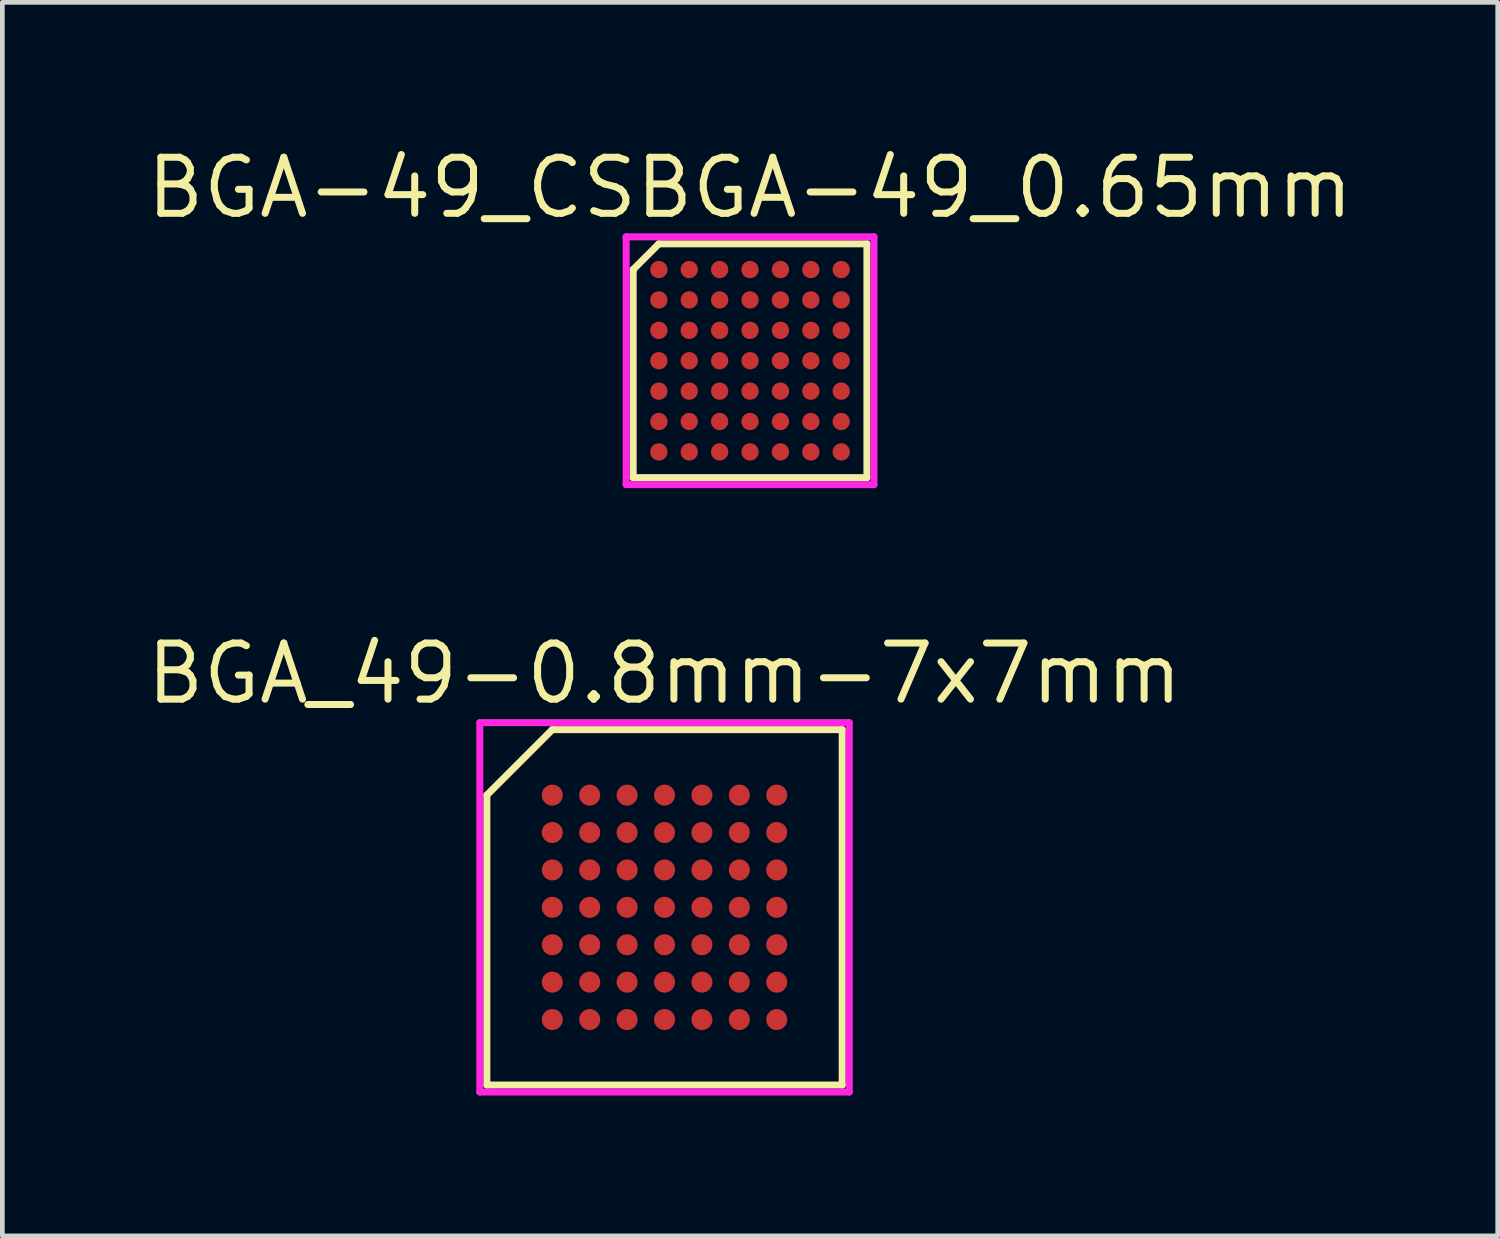
<source format=kicad_pcb>
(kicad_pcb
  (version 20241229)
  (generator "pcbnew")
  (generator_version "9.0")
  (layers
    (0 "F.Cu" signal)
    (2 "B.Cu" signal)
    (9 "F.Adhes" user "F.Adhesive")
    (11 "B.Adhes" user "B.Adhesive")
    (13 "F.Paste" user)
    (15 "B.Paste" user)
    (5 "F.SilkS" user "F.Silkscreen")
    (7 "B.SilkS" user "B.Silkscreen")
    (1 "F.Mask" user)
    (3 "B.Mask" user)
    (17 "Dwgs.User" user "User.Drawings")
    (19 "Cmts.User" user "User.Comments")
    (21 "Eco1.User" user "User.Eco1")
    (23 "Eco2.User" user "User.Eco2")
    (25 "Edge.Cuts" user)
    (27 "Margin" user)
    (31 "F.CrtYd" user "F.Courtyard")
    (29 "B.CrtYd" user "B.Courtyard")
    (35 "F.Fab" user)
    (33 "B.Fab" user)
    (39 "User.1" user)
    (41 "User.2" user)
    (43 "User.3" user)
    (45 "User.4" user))
  (footprint "BGA_49-0.8mm-7x7mm"
    (layer "F.Cu")
    (at 11.162 16.355)
    (property "Reference" "BGA_49-0.8mm-7x7mm" (at 0 -5 0) (layer "F.SilkS") (effects (font (size 1.2 1.2) (thickness 0.15))))
    (attr through_hole)
    (fp_line (start -3.8 -2.4) (end -3.8 3.8) (stroke (width 0.15) (type solid)) (layer "F.SilkS"))
    (fp_line (start -3.8 3.8) (end 3.8 3.8) (stroke (width 0.15) (type solid)) (layer "F.SilkS"))
    (fp_line (start -2.4 -3.8) (end -3.8 -2.4) (stroke (width 0.15) (type solid)) (layer "F.SilkS"))
    (fp_line (start 3.8 -3.8) (end -2.4 -3.8) (stroke (width 0.15) (type solid)) (layer "F.SilkS"))
    (fp_line (start 3.8 3.8) (end 3.8 -3.8) (stroke (width 0.15) (type solid)) (layer "F.SilkS"))
    (fp_line (start -3.95 -3.95) (end 3.95 -3.95) (stroke (width 0.15) (type solid)) (layer "F.CrtYd"))
    (fp_line (start -3.95 3.95) (end -3.95 -3.95) (stroke (width 0.15) (type solid)) (layer "F.CrtYd"))
    (fp_line (start 3.95 -3.95) (end 3.95 3.95) (stroke (width 0.15) (type solid)) (layer "F.CrtYd"))
    (fp_line (start 3.95 3.95) (end -3.95 3.95) (stroke (width 0.15) (type solid)) (layer "F.CrtYd"))
    (pad "A1" smd circle (at -2.4 -2.4) (size 0.45 0.45) (layers "F.Cu" "F.Mask" "F.Paste"))
    (pad "A2" smd circle (at -1.6 -2.4) (size 0.45 0.45) (layers "F.Cu" "F.Mask" "F.Paste"))
    (pad "A3" smd circle (at -0.8 -2.4) (size 0.45 0.45) (layers "F.Cu" "F.Mask" "F.Paste"))
    (pad "A4" smd circle (at 0 -2.4) (size 0.45 0.45) (layers "F.Cu" "F.Mask" "F.Paste"))
    (pad "A5" smd circle (at 0.8 -2.4) (size 0.45 0.45) (layers "F.Cu" "F.Mask" "F.Paste"))
    (pad "A6" smd circle (at 1.6 -2.4) (size 0.45 0.45) (layers "F.Cu" "F.Mask" "F.Paste"))
    (pad "A7" smd circle (at 2.4 -2.4) (size 0.45 0.45) (layers "F.Cu" "F.Mask" "F.Paste"))
    (pad "B1" smd circle (at -2.4 -1.6) (size 0.45 0.45) (layers "F.Cu" "F.Mask" "F.Paste"))
    (pad "B2" smd circle (at -1.6 -1.6) (size 0.45 0.45) (layers "F.Cu" "F.Mask" "F.Paste"))
    (pad "B3" smd circle (at -0.8 -1.6) (size 0.45 0.45) (layers "F.Cu" "F.Mask" "F.Paste"))
    (pad "B4" smd circle (at 0 -1.6) (size 0.45 0.45) (layers "F.Cu" "F.Mask" "F.Paste"))
    (pad "B5" smd circle (at 0.8 -1.6) (size 0.45 0.45) (layers "F.Cu" "F.Mask" "F.Paste"))
    (pad "B6" smd circle (at 1.6 -1.6) (size 0.45 0.45) (layers "F.Cu" "F.Mask" "F.Paste"))
    (pad "B7" smd circle (at 2.4 -1.6) (size 0.45 0.45) (layers "F.Cu" "F.Mask" "F.Paste"))
    (pad "C1" smd circle (at -2.4 -0.8) (size 0.45 0.45) (layers "F.Cu" "F.Mask" "F.Paste"))
    (pad "C2" smd circle (at -1.6 -0.8) (size 0.45 0.45) (layers "F.Cu" "F.Mask" "F.Paste"))
    (pad "C3" smd circle (at -0.8 -0.8) (size 0.45 0.45) (layers "F.Cu" "F.Mask" "F.Paste"))
    (pad "C4" smd circle (at 0 -0.8) (size 0.45 0.45) (layers "F.Cu" "F.Mask" "F.Paste"))
    (pad "C5" smd circle (at 0.8 -0.8) (size 0.45 0.45) (layers "F.Cu" "F.Mask" "F.Paste"))
    (pad "C6" smd circle (at 1.6 -0.8) (size 0.45 0.45) (layers "F.Cu" "F.Mask" "F.Paste"))
    (pad "C7" smd circle (at 2.4 -0.8) (size 0.45 0.45) (layers "F.Cu" "F.Mask" "F.Paste"))
    (pad "D1" smd circle (at -2.4 0) (size 0.45 0.45) (layers "F.Cu" "F.Mask" "F.Paste"))
    (pad "D2" smd circle (at -1.6 0) (size 0.45 0.45) (layers "F.Cu" "F.Mask" "F.Paste"))
    (pad "D3" smd circle (at -0.8 0) (size 0.45 0.45) (layers "F.Cu" "F.Mask" "F.Paste"))
    (pad "D4" smd circle (at 0 0) (size 0.45 0.45) (layers "F.Cu" "F.Mask" "F.Paste"))
    (pad "D5" smd circle (at 0.8 0) (size 0.45 0.45) (layers "F.Cu" "F.Mask" "F.Paste"))
    (pad "D6" smd circle (at 1.6 0) (size 0.45 0.45) (layers "F.Cu" "F.Mask" "F.Paste"))
    (pad "D7" smd circle (at 2.4 0) (size 0.45 0.45) (layers "F.Cu" "F.Mask" "F.Paste"))
    (pad "E1" smd circle (at -2.4 0.8) (size 0.45 0.45) (layers "F.Cu" "F.Mask" "F.Paste"))
    (pad "E2" smd circle (at -1.6 0.8) (size 0.45 0.45) (layers "F.Cu" "F.Mask" "F.Paste"))
    (pad "E3" smd circle (at -0.8 0.8) (size 0.45 0.45) (layers "F.Cu" "F.Mask" "F.Paste"))
    (pad "E4" smd circle (at 0 0.8) (size 0.45 0.45) (layers "F.Cu" "F.Mask" "F.Paste"))
    (pad "E5" smd circle (at 0.8 0.8) (size 0.45 0.45) (layers "F.Cu" "F.Mask" "F.Paste"))
    (pad "E6" smd circle (at 1.6 0.8) (size 0.45 0.45) (layers "F.Cu" "F.Mask" "F.Paste"))
    (pad "E7" smd circle (at 2.4 0.8) (size 0.45 0.45) (layers "F.Cu" "F.Mask" "F.Paste"))
    (pad "F1" smd circle (at -2.4 1.6) (size 0.45 0.45) (layers "F.Cu" "F.Mask" "F.Paste"))
    (pad "F2" smd circle (at -1.6 1.6) (size 0.45 0.45) (layers "F.Cu" "F.Mask" "F.Paste"))
    (pad "F3" smd circle (at -0.8 1.6) (size 0.45 0.45) (layers "F.Cu" "F.Mask" "F.Paste"))
    (pad "F4" smd circle (at 0 1.6) (size 0.45 0.45) (layers "F.Cu" "F.Mask" "F.Paste"))
    (pad "F5" smd circle (at 0.8 1.6) (size 0.45 0.45) (layers "F.Cu" "F.Mask" "F.Paste"))
    (pad "F6" smd circle (at 1.6 1.6) (size 0.45 0.45) (layers "F.Cu" "F.Mask" "F.Paste"))
    (pad "F7" smd circle (at 2.4 1.6) (size 0.45 0.45) (layers "F.Cu" "F.Mask" "F.Paste"))
    (pad "G1" smd circle (at -2.4 2.4) (size 0.45 0.45) (layers "F.Cu" "F.Mask" "F.Paste"))
    (pad "G2" smd circle (at -1.6 2.4) (size 0.45 0.45) (layers "F.Cu" "F.Mask" "F.Paste"))
    (pad "G3" smd circle (at -0.8 2.4) (size 0.45 0.45) (layers "F.Cu" "F.Mask" "F.Paste"))
    (pad "G4" smd circle (at 0 2.4) (size 0.45 0.45) (layers "F.Cu" "F.Mask" "F.Paste"))
    (pad "G5" smd circle (at 0.8 2.4) (size 0.45 0.45) (layers "F.Cu" "F.Mask" "F.Paste"))
    (pad "G6" smd circle (at 1.6 2.4) (size 0.45 0.45) (layers "F.Cu" "F.Mask" "F.Paste"))
    (pad "G7" smd circle (at 2.4 2.4) (size 0.45 0.45) (layers "F.Cu" "F.Mask" "F.Paste")))
  (footprint "BGA-49_CSBGA-49_0.65mm"
    (layer "F.Cu")
    (at 12.991 4.665)
    (property "Reference" "BGA-49_CSBGA-49_0.65mm" (at 0 -3.7 0) (layer "F.SilkS") (effects (font (size 1.2 1.2) (thickness 0.15))))
    (attr through_hole)
    (fp_line (start -2.5 -1.95) (end -2.5 2.5) (stroke (width 0.15) (type solid)) (layer "F.SilkS"))
    (fp_line (start -2.5 2.5) (end 2.5 2.5) (stroke (width 0.15) (type solid)) (layer "F.SilkS"))
    (fp_line (start -1.95 -2.5) (end -2.5 -1.95) (stroke (width 0.15) (type solid)) (layer "F.SilkS"))
    (fp_line (start 2.5 -2.5) (end -1.95 -2.5) (stroke (width 0.15) (type solid)) (layer "F.SilkS"))
    (fp_line (start 2.5 2.5) (end 2.5 -2.5) (stroke (width 0.15) (type solid)) (layer "F.SilkS"))
    (fp_line (start -2.65 -2.65) (end 2.65 -2.65) (stroke (width 0.15) (type solid)) (layer "F.CrtYd"))
    (fp_line (start -2.65 2.65) (end -2.65 -2.65) (stroke (width 0.15) (type solid)) (layer "F.CrtYd"))
    (fp_line (start 2.65 -2.65) (end 2.65 2.65) (stroke (width 0.15) (type solid)) (layer "F.CrtYd"))
    (fp_line (start 2.65 2.65) (end -2.65 2.65) (stroke (width 0.15) (type solid)) (layer "F.CrtYd"))
    (pad "A1" smd circle (at -1.95 -1.95) (size 0.37 0.37) (layers "F.Cu" "F.Mask" "F.Paste"))
    (pad "A2" smd circle (at -1.3 -1.95) (size 0.37 0.37) (layers "F.Cu" "F.Mask" "F.Paste"))
    (pad "A3" smd circle (at -0.65 -1.95) (size 0.37 0.37) (layers "F.Cu" "F.Mask" "F.Paste"))
    (pad "A4" smd circle (at 0 -1.95) (size 0.37 0.37) (layers "F.Cu" "F.Mask" "F.Paste"))
    (pad "A5" smd circle (at 0.65 -1.95) (size 0.37 0.37) (layers "F.Cu" "F.Mask" "F.Paste"))
    (pad "A6" smd circle (at 1.3 -1.95) (size 0.37 0.37) (layers "F.Cu" "F.Mask" "F.Paste"))
    (pad "A7" smd circle (at 1.95 -1.95) (size 0.37 0.37) (layers "F.Cu" "F.Mask" "F.Paste"))
    (pad "B1" smd circle (at -1.95 -1.3) (size 0.37 0.37) (layers "F.Cu" "F.Mask" "F.Paste"))
    (pad "B2" smd circle (at -1.3 -1.3) (size 0.37 0.37) (layers "F.Cu" "F.Mask" "F.Paste"))
    (pad "B3" smd circle (at -0.65 -1.3) (size 0.37 0.37) (layers "F.Cu" "F.Mask" "F.Paste"))
    (pad "B4" smd circle (at 0 -1.3) (size 0.37 0.37) (layers "F.Cu" "F.Mask" "F.Paste"))
    (pad "B5" smd circle (at 0.65 -1.3) (size 0.37 0.37) (layers "F.Cu" "F.Mask" "F.Paste"))
    (pad "B6" smd circle (at 1.3 -1.3) (size 0.37 0.37) (layers "F.Cu" "F.Mask" "F.Paste"))
    (pad "B7" smd circle (at 1.95 -1.3) (size 0.37 0.37) (layers "F.Cu" "F.Mask" "F.Paste"))
    (pad "C1" smd circle (at -1.95 -0.65) (size 0.37 0.37) (layers "F.Cu" "F.Mask" "F.Paste"))
    (pad "C2" smd circle (at -1.3 -0.65) (size 0.37 0.37) (layers "F.Cu" "F.Mask" "F.Paste"))
    (pad "C3" smd circle (at -0.65 -0.65) (size 0.37 0.37) (layers "F.Cu" "F.Mask" "F.Paste"))
    (pad "C4" smd circle (at 0 -0.65) (size 0.37 0.37) (layers "F.Cu" "F.Mask" "F.Paste"))
    (pad "C5" smd circle (at 0.65 -0.65) (size 0.37 0.37) (layers "F.Cu" "F.Mask" "F.Paste"))
    (pad "C6" smd circle (at 1.3 -0.65) (size 0.37 0.37) (layers "F.Cu" "F.Mask" "F.Paste"))
    (pad "C7" smd circle (at 1.95 -0.65) (size 0.37 0.37) (layers "F.Cu" "F.Mask" "F.Paste"))
    (pad "D1" smd circle (at -1.95 0) (size 0.37 0.37) (layers "F.Cu" "F.Mask" "F.Paste"))
    (pad "D2" smd circle (at -1.3 0) (size 0.37 0.37) (layers "F.Cu" "F.Mask" "F.Paste"))
    (pad "D3" smd circle (at -0.65 0) (size 0.37 0.37) (layers "F.Cu" "F.Mask" "F.Paste"))
    (pad "D4" smd circle (at 0 0) (size 0.37 0.37) (layers "F.Cu" "F.Mask" "F.Paste"))
    (pad "D5" smd circle (at 0.65 0) (size 0.37 0.37) (layers "F.Cu" "F.Mask" "F.Paste"))
    (pad "D6" smd circle (at 1.3 0) (size 0.37 0.37) (layers "F.Cu" "F.Mask" "F.Paste"))
    (pad "D7" smd circle (at 1.95 0) (size 0.37 0.37) (layers "F.Cu" "F.Mask" "F.Paste"))
    (pad "E1" smd circle (at -1.95 0.65) (size 0.37 0.37) (layers "F.Cu" "F.Mask" "F.Paste"))
    (pad "E2" smd circle (at -1.3 0.65) (size 0.37 0.37) (layers "F.Cu" "F.Mask" "F.Paste"))
    (pad "E3" smd circle (at -0.65 0.65) (size 0.37 0.37) (layers "F.Cu" "F.Mask" "F.Paste"))
    (pad "E4" smd circle (at 0 0.65) (size 0.37 0.37) (layers "F.Cu" "F.Mask" "F.Paste"))
    (pad "E5" smd circle (at 0.65 0.65) (size 0.37 0.37) (layers "F.Cu" "F.Mask" "F.Paste"))
    (pad "E6" smd circle (at 1.3 0.65) (size 0.37 0.37) (layers "F.Cu" "F.Mask" "F.Paste"))
    (pad "E7" smd circle (at 1.95 0.65) (size 0.37 0.37) (layers "F.Cu" "F.Mask" "F.Paste"))
    (pad "F1" smd circle (at -1.95 1.3) (size 0.37 0.37) (layers "F.Cu" "F.Mask" "F.Paste"))
    (pad "F2" smd circle (at -1.3 1.3) (size 0.37 0.37) (layers "F.Cu" "F.Mask" "F.Paste"))
    (pad "F3" smd circle (at -0.65 1.3) (size 0.37 0.37) (layers "F.Cu" "F.Mask" "F.Paste"))
    (pad "F4" smd circle (at 0 1.3) (size 0.37 0.37) (layers "F.Cu" "F.Mask" "F.Paste"))
    (pad "F5" smd circle (at 0.65 1.3) (size 0.37 0.37) (layers "F.Cu" "F.Mask" "F.Paste"))
    (pad "F6" smd circle (at 1.3 1.3) (size 0.37 0.37) (layers "F.Cu" "F.Mask" "F.Paste"))
    (pad "F7" smd circle (at 1.95 1.3) (size 0.37 0.37) (layers "F.Cu" "F.Mask" "F.Paste"))
    (pad "G1" smd circle (at -1.95 1.95) (size 0.37 0.37) (layers "F.Cu" "F.Mask" "F.Paste"))
    (pad "G2" smd circle (at -1.3 1.95) (size 0.37 0.37) (layers "F.Cu" "F.Mask" "F.Paste"))
    (pad "G3" smd circle (at -0.65 1.95) (size 0.37 0.37) (layers "F.Cu" "F.Mask" "F.Paste"))
    (pad "G4" smd circle (at 0 1.95) (size 0.37 0.37) (layers "F.Cu" "F.Mask" "F.Paste"))
    (pad "G5" smd circle (at 0.65 1.95) (size 0.37 0.37) (layers "F.Cu" "F.Mask" "F.Paste"))
    (pad "G6" smd circle (at 1.3 1.95) (size 0.37 0.37) (layers "F.Cu" "F.Mask" "F.Paste"))
    (pad "G7" smd circle (at 1.95 1.95) (size 0.37 0.37) (layers "F.Cu" "F.Mask" "F.Paste")))
  (gr_rect
    (start -3 -3)
    (end 28.981 23.381)
    (stroke (width 0.1) (type default))
    (fill no)
    (layer "Edge.Cuts")))
</source>
